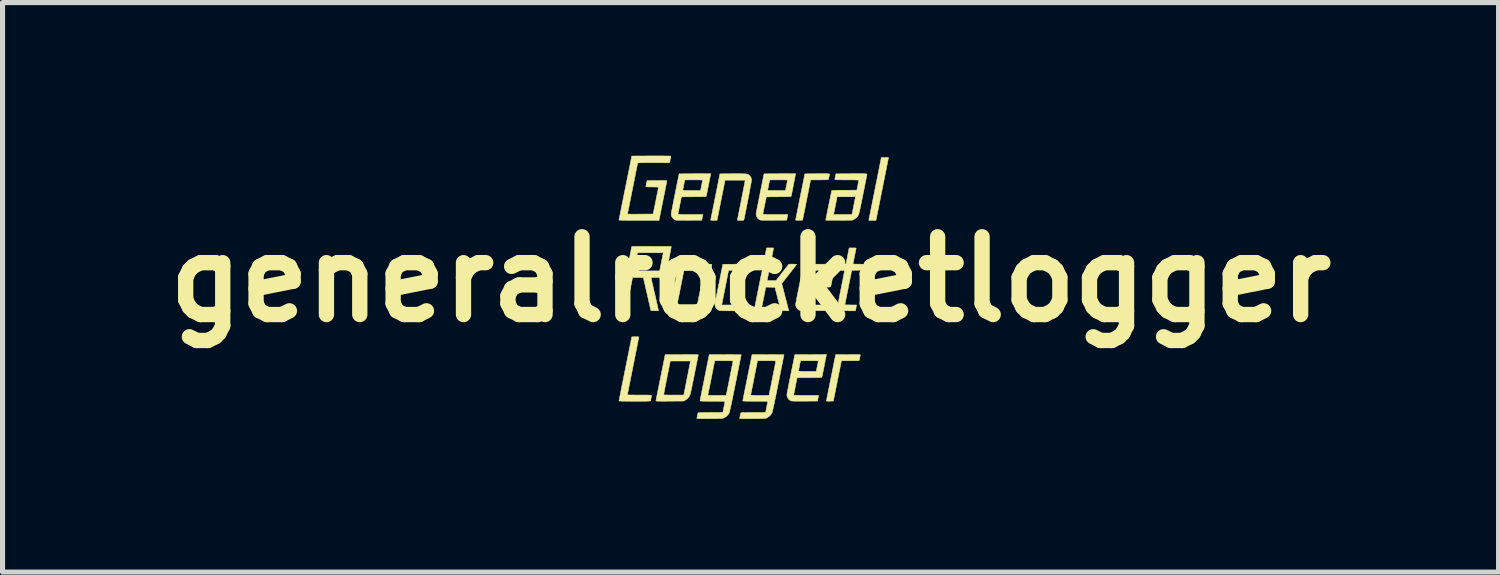
<source format=kicad_pcb>
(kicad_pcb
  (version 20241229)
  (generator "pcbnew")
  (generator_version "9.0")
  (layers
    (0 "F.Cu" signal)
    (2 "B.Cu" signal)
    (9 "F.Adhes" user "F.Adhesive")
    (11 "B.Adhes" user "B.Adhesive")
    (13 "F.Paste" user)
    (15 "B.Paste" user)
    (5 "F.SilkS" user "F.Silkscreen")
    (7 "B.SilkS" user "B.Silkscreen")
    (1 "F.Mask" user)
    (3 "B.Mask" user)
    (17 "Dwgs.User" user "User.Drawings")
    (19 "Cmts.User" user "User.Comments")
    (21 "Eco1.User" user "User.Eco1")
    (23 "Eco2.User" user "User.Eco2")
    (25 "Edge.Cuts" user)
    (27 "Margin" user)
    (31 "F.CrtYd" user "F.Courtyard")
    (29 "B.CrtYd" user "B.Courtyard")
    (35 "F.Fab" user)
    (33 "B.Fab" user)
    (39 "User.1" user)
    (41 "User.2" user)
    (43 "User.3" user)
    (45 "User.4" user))
  (footprint "generalrocketlogger"
    (layer "F.Cu")
    (at 11.655 2.423)
    (property "Reference" "generalrocketlogger" (at 0 0 0) (layer "F.SilkS") (effects (font (size 1.524 1.524) (thickness 0.3))))
    (attr through_hole)
    (fp_poly (pts (xy 2.703 -2.388) (xy 2.587 -1.805) (xy 2.57 -1.72) (xy 2.553 -1.638) (xy 2.538 -1.56) (xy 2.523 -1.487) (xy 2.51 -1.42) (xy 2.498 -1.359) (xy 2.487 -1.306) (xy 2.478 -1.262) (xy 2.471 -1.227) (xy 2.466 -1.203) (xy 2.464 -1.19) (xy 2.463 -1.189) (xy 2.457 -1.156) (xy 2.316 -1.156) (xy 2.32 -1.173) (xy 2.321 -1.182) (xy 2.325 -1.202) (xy 2.331 -1.233) (xy 2.34 -1.274) (xy 2.349 -1.323) (xy 2.361 -1.381) (xy 2.374 -1.446) (xy 2.388 -1.517) (xy 2.403 -1.593) (xy 2.42 -1.674) (xy 2.436 -1.758) (xy 2.443 -1.789) (xy 2.562 -2.388) (xy 2.633 -2.388) (xy 2.703 -2.388)) (stroke (width 0.01) (type solid)) (fill yes) (layer "F.SilkS"))
    (fp_poly (pts (xy 1.49 -2.069) (xy 1.513 -2.068) (xy 1.529 -2.068) (xy 1.539 -2.066) (xy 1.545 -2.064) (xy 1.547 -2.062) (xy 1.547 -2.059) (xy 1.547 -2.059) (xy 1.544 -2.047) (xy 1.54 -2.027) (xy 1.537 -2.01) (xy 1.532 -1.987) (xy 1.528 -1.969) (xy 1.526 -1.961) (xy 1.525 -1.957) (xy 1.52 -1.955) (xy 1.512 -1.953) (xy 1.499 -1.951) (xy 1.48 -1.95) (xy 1.452 -1.95) (xy 1.414 -1.95) (xy 1.366 -1.949) (xy 1.35 -1.949) (xy 1.177 -1.949) (xy 1.098 -1.554) (xy 1.019 -1.159) (xy 0.951 -1.157) (xy 0.919 -1.157) (xy 0.898 -1.157) (xy 0.887 -1.159) (xy 0.883 -1.163) (xy 0.883 -1.163) (xy 0.884 -1.171) (xy 0.888 -1.19) (xy 0.894 -1.219) (xy 0.901 -1.258) (xy 0.91 -1.305) (xy 0.921 -1.359) (xy 0.934 -1.42) (xy 0.947 -1.487) (xy 0.961 -1.558) (xy 0.973 -1.619) (xy 1.064 -2.067) (xy 1.307 -2.069) (xy 1.369 -2.069) (xy 1.419 -2.069) (xy 1.46 -2.069) (xy 1.49 -2.069)) (stroke (width 0.01) (type solid)) (fill yes) (layer "F.SilkS"))
    (fp_poly (pts (xy 2.094 1.474) (xy 2.117 1.475) (xy 2.132 1.476) (xy 2.143 1.477) (xy 2.148 1.479) (xy 2.15 1.481) (xy 2.15 1.484) (xy 2.15 1.484) (xy 2.147 1.496) (xy 2.143 1.516) (xy 2.14 1.534) (xy 2.136 1.556) (xy 2.132 1.574) (xy 2.13 1.583) (xy 2.128 1.586) (xy 2.124 1.589) (xy 2.116 1.591) (xy 2.103 1.592) (xy 2.083 1.593) (xy 2.055 1.593) (xy 2.018 1.594) (xy 1.97 1.594) (xy 1.953 1.594) (xy 1.78 1.594) (xy 1.701 1.989) (xy 1.622 2.384) (xy 1.554 2.386) (xy 1.522 2.387) (xy 1.502 2.386) (xy 1.49 2.384) (xy 1.486 2.381) (xy 1.486 2.38) (xy 1.487 2.372) (xy 1.491 2.354) (xy 1.497 2.324) (xy 1.504 2.286) (xy 1.514 2.238) (xy 1.525 2.184) (xy 1.537 2.123) (xy 1.55 2.056) (xy 1.564 1.986) (xy 1.577 1.924) (xy 1.667 1.476) (xy 1.91 1.475) (xy 1.972 1.474) (xy 2.023 1.474) (xy 2.063 1.474) (xy 2.094 1.474)) (stroke (width 0.01) (type solid)) (fill yes) (layer "F.SilkS"))
    (fp_poly (pts (xy 0.068 -0.272) (xy 0.064 -0.249) (xy 0.059 -0.222) (xy 0.057 -0.211) (xy 0.05 -0.178) (xy -0.43 -0.178) (xy -0.495 0.148) (xy -0.507 0.211) (xy -0.519 0.27) (xy -0.53 0.325) (xy -0.54 0.374) (xy -0.548 0.415) (xy -0.555 0.449) (xy -0.56 0.473) (xy -0.563 0.486) (xy -0.563 0.487) (xy -0.567 0.502) (xy -0.087 0.502) (xy -0.091 0.527) (xy -0.095 0.55) (xy -0.1 0.576) (xy -0.102 0.584) (xy -0.109 0.616) (xy -0.355 0.616) (xy -0.417 0.616) (xy -0.469 0.616) (xy -0.51 0.615) (xy -0.543 0.615) (xy -0.568 0.614) (xy -0.587 0.613) (xy -0.601 0.611) (xy -0.612 0.609) (xy -0.62 0.606) (xy -0.626 0.604) (xy -0.657 0.583) (xy -0.68 0.554) (xy -0.695 0.519) (xy -0.698 0.489) (xy -0.697 0.48) (xy -0.693 0.46) (xy -0.688 0.429) (xy -0.68 0.39) (xy -0.671 0.342) (xy -0.66 0.288) (xy -0.648 0.228) (xy -0.635 0.163) (xy -0.622 0.095) (xy -0.62 0.089) (xy -0.543 -0.295) (xy -0.236 -0.297) (xy 0.072 -0.299) (xy 0.068 -0.272)) (stroke (width 0.01) (type solid)) (fill yes) (layer "F.SilkS"))
    (fp_poly (pts (xy -0.21 -2.069) (xy -0.158 -2.068) (xy -0.118 -2.067) (xy -0.091 -2.065) (xy -0.076 -2.063) (xy -0.039 -2.049) (xy -0.011 -2.025) (xy 0.009 -1.993) (xy 0.019 -1.957) (xy 0.019 -1.945) (xy 0.018 -1.935) (xy 0.014 -1.914) (xy 0.009 -1.883) (xy 0.002 -1.844) (xy -0.007 -1.798) (xy -0.016 -1.746) (xy -0.027 -1.689) (xy -0.038 -1.63) (xy -0.05 -1.569) (xy -0.062 -1.507) (xy -0.074 -1.447) (xy -0.085 -1.388) (xy -0.096 -1.334) (xy -0.106 -1.284) (xy -0.115 -1.241) (xy -0.122 -1.206) (xy -0.128 -1.179) (xy -0.13 -1.17) (xy -0.132 -1.163) (xy -0.137 -1.159) (xy -0.147 -1.157) (xy -0.163 -1.156) (xy -0.19 -1.156) (xy -0.197 -1.156) (xy -0.226 -1.156) (xy -0.244 -1.156) (xy -0.254 -1.158) (xy -0.258 -1.162) (xy -0.258 -1.167) (xy -0.257 -1.17) (xy -0.255 -1.179) (xy -0.251 -1.199) (xy -0.245 -1.229) (xy -0.237 -1.268) (xy -0.228 -1.315) (xy -0.217 -1.37) (xy -0.205 -1.429) (xy -0.192 -1.494) (xy -0.179 -1.562) (xy -0.179 -1.564) (xy -0.104 -1.943) (xy -0.5 -1.943) (xy -0.657 -1.156) (xy -0.719 -1.156) (xy -0.75 -1.156) (xy -0.769 -1.158) (xy -0.779 -1.161) (xy -0.781 -1.164) (xy -0.779 -1.171) (xy -0.776 -1.19) (xy -0.77 -1.219) (xy -0.763 -1.258) (xy -0.753 -1.305) (xy -0.742 -1.359) (xy -0.73 -1.42) (xy -0.717 -1.487) (xy -0.703 -1.558) (xy -0.69 -1.619) (xy -0.6 -2.067) (xy -0.352 -2.069) (xy -0.275 -2.069) (xy -0.21 -2.069)) (stroke (width 0.01) (type solid)) (fill yes) (layer "F.SilkS"))
    (fp_poly (pts (xy -2.209 1.125) (xy -2.198 1.126) (xy -2.192 1.129) (xy -2.191 1.134) (xy -2.191 1.135) (xy -2.192 1.143) (xy -2.196 1.162) (xy -2.201 1.192) (xy -2.209 1.232) (xy -2.218 1.28) (xy -2.229 1.337) (xy -2.242 1.4) (xy -2.256 1.47) (xy -2.271 1.545) (xy -2.286 1.624) (xy -2.302 1.702) (xy -2.318 1.784) (xy -2.334 1.862) (xy -2.349 1.937) (xy -2.362 2.005) (xy -2.375 2.068) (xy -2.386 2.123) (xy -2.395 2.171) (xy -2.403 2.209) (xy -2.408 2.238) (xy -2.412 2.256) (xy -2.413 2.262) (xy -2.407 2.263) (xy -2.389 2.264) (xy -2.362 2.265) (xy -2.326 2.266) (xy -2.283 2.266) (xy -2.234 2.267) (xy -2.181 2.267) (xy -2.174 2.267) (xy -2.113 2.267) (xy -2.063 2.267) (xy -2.024 2.267) (xy -1.993 2.268) (xy -1.971 2.269) (xy -1.956 2.27) (xy -1.946 2.271) (xy -1.941 2.273) (xy -1.939 2.275) (xy -1.939 2.278) (xy -1.942 2.29) (xy -1.946 2.31) (xy -1.949 2.327) (xy -1.954 2.35) (xy -1.958 2.368) (xy -1.96 2.376) (xy -1.961 2.379) (xy -1.964 2.381) (xy -1.971 2.383) (xy -1.981 2.384) (xy -1.996 2.385) (xy -2.017 2.386) (xy -2.046 2.387) (xy -2.083 2.387) (xy -2.129 2.387) (xy -2.185 2.388) (xy -2.253 2.388) (xy -2.271 2.388) (xy -2.344 2.388) (xy -2.405 2.387) (xy -2.456 2.387) (xy -2.496 2.386) (xy -2.528 2.386) (xy -2.55 2.385) (xy -2.566 2.383) (xy -2.575 2.382) (xy -2.578 2.38) (xy -2.578 2.38) (xy -2.577 2.372) (xy -2.573 2.354) (xy -2.567 2.324) (xy -2.559 2.285) (xy -2.55 2.236) (xy -2.538 2.179) (xy -2.526 2.115) (xy -2.512 2.045) (xy -2.496 1.968) (xy -2.48 1.887) (xy -2.463 1.802) (xy -2.452 1.749) (xy -2.327 1.127) (xy -2.259 1.125) (xy -2.229 1.125) (xy -2.209 1.125)) (stroke (width 0.01) (type solid)) (fill yes) (layer "F.SilkS"))
    (fp_poly (pts (xy 0.41 -0.616) (xy 0.433 -0.615) (xy 0.447 -0.615) (xy 0.451 -0.614) (xy 0.45 -0.608) (xy 0.446 -0.59) (xy 0.441 -0.562) (xy 0.433 -0.526) (xy 0.425 -0.481) (xy 0.414 -0.43) (xy 0.403 -0.374) (xy 0.391 -0.313) (xy 0.387 -0.295) (xy 0.375 -0.234) (xy 0.363 -0.176) (xy 0.353 -0.123) (xy 0.344 -0.077) (xy 0.336 -0.038) (xy 0.33 -0.007) (xy 0.326 0.013) (xy 0.324 0.023) (xy 0.324 0.024) (xy 0.33 0.024) (xy 0.346 0.025) (xy 0.371 0.025) (xy 0.401 0.025) (xy 0.411 0.025) (xy 0.499 0.025) (xy 0.624 -0.137) (xy 0.75 -0.298) (xy 0.826 -0.298) (xy 0.855 -0.298) (xy 0.879 -0.297) (xy 0.896 -0.296) (xy 0.902 -0.294) (xy 0.902 -0.294) (xy 0.898 -0.288) (xy 0.887 -0.273) (xy 0.87 -0.251) (xy 0.848 -0.221) (xy 0.821 -0.187) (xy 0.791 -0.148) (xy 0.758 -0.106) (xy 0.756 -0.103) (xy 0.611 0.082) (xy 0.626 0.141) (xy 0.631 0.162) (xy 0.639 0.193) (xy 0.649 0.232) (xy 0.661 0.278) (xy 0.674 0.327) (xy 0.687 0.38) (xy 0.695 0.408) (xy 0.748 0.616) (xy 0.595 0.613) (xy 0.536 0.384) (xy 0.478 0.156) (xy 0.388 0.154) (xy 0.356 0.153) (xy 0.329 0.153) (xy 0.309 0.153) (xy 0.299 0.154) (xy 0.298 0.154) (xy 0.297 0.16) (xy 0.293 0.178) (xy 0.288 0.205) (xy 0.281 0.24) (xy 0.272 0.283) (xy 0.263 0.33) (xy 0.252 0.382) (xy 0.252 0.384) (xy 0.206 0.613) (xy 0.137 0.615) (xy 0.068 0.616) (xy 0.072 0.599) (xy 0.073 0.59) (xy 0.077 0.57) (xy 0.084 0.539) (xy 0.092 0.498) (xy 0.102 0.449) (xy 0.113 0.391) (xy 0.126 0.326) (xy 0.14 0.255) (xy 0.155 0.179) (xy 0.172 0.098) (xy 0.189 0.013) (xy 0.195 -0.017) (xy 0.314 -0.616) (xy 0.383 -0.616) (xy 0.41 -0.616)) (stroke (width 0.01) (type solid)) (fill yes) (layer "F.SilkS"))
    (fp_poly (pts (xy -1.123 1.474) (xy -1.091 1.474) (xy -1.066 1.475) (xy -1.049 1.476) (xy -1.037 1.477) (xy -1.029 1.478) (xy -1.026 1.48) (xy -1.024 1.482) (xy -1.025 1.484) (xy -1.026 1.492) (xy -1.031 1.512) (xy -1.037 1.541) (xy -1.044 1.58) (xy -1.054 1.627) (xy -1.064 1.68) (xy -1.076 1.74) (xy -1.089 1.804) (xy -1.101 1.867) (xy -1.119 1.956) (xy -1.135 2.033) (xy -1.148 2.099) (xy -1.16 2.153) (xy -1.17 2.197) (xy -1.178 2.23) (xy -1.184 2.254) (xy -1.189 2.269) (xy -1.19 2.271) (xy -1.215 2.313) (xy -1.246 2.345) (xy -1.278 2.366) (xy -1.311 2.384) (xy -1.583 2.386) (xy -1.651 2.387) (xy -1.707 2.387) (xy -1.752 2.387) (xy -1.788 2.386) (xy -1.815 2.386) (xy -1.834 2.385) (xy -1.846 2.383) (xy -1.852 2.382) (xy -1.854 2.38) (xy -1.853 2.372) (xy -1.849 2.354) (xy -1.843 2.324) (xy -1.836 2.286) (xy -1.83 2.256) (xy -1.702 2.256) (xy -1.701 2.259) (xy -1.698 2.261) (xy -1.691 2.263) (xy -1.68 2.265) (xy -1.662 2.266) (xy -1.636 2.266) (xy -1.602 2.267) (xy -1.558 2.267) (xy -1.505 2.267) (xy -1.309 2.267) (xy -1.302 2.234) (xy -1.299 2.221) (xy -1.295 2.197) (xy -1.288 2.163) (xy -1.28 2.121) (xy -1.27 2.072) (xy -1.259 2.018) (xy -1.248 1.959) (xy -1.236 1.9) (xy -1.177 1.6) (xy -1.573 1.6) (xy -1.637 1.922) (xy -1.65 1.985) (xy -1.661 2.044) (xy -1.672 2.098) (xy -1.681 2.146) (xy -1.689 2.187) (xy -1.695 2.22) (xy -1.7 2.242) (xy -1.702 2.254) (xy -1.702 2.256) (xy -1.83 2.256) (xy -1.826 2.238) (xy -1.816 2.184) (xy -1.803 2.123) (xy -1.79 2.056) (xy -1.776 1.986) (xy -1.763 1.924) (xy -1.673 1.476) (xy -1.347 1.475) (xy -1.275 1.474) (xy -1.214 1.474) (xy -1.163 1.474) (xy -1.123 1.474)) (stroke (width 0.01) (type solid)) (fill yes) (layer "F.SilkS"))
    (fp_poly (pts (xy -0.856 -0.297) (xy -0.824 -0.297) (xy -0.8 -0.297) (xy -0.782 -0.296) (xy -0.77 -0.295) (xy -0.763 -0.293) (xy -0.759 -0.291) (xy -0.758 -0.289) (xy -0.758 -0.287) (xy -0.76 -0.279) (xy -0.764 -0.26) (xy -0.77 -0.23) (xy -0.778 -0.191) (xy -0.787 -0.145) (xy -0.798 -0.091) (xy -0.81 -0.032) (xy -0.822 0.032) (xy -0.835 0.095) (xy -0.853 0.184) (xy -0.868 0.261) (xy -0.882 0.327) (xy -0.893 0.381) (xy -0.903 0.425) (xy -0.911 0.459) (xy -0.918 0.483) (xy -0.923 0.497) (xy -0.924 0.499) (xy -0.948 0.541) (xy -0.979 0.573) (xy -1.011 0.594) (xy -1.045 0.613) (xy -1.316 0.615) (xy -1.384 0.615) (xy -1.44 0.615) (xy -1.486 0.615) (xy -1.521 0.615) (xy -1.548 0.614) (xy -1.567 0.613) (xy -1.579 0.612) (xy -1.586 0.61) (xy -1.587 0.608) (xy -1.586 0.601) (xy -1.582 0.582) (xy -1.577 0.553) (xy -1.569 0.514) (xy -1.563 0.484) (xy -1.435 0.484) (xy -1.434 0.487) (xy -1.431 0.49) (xy -1.425 0.492) (xy -1.413 0.493) (xy -1.395 0.494) (xy -1.37 0.495) (xy -1.335 0.495) (xy -1.291 0.495) (xy -1.239 0.495) (xy -1.042 0.495) (xy -1.035 0.462) (xy -1.033 0.449) (xy -1.028 0.425) (xy -1.021 0.391) (xy -1.013 0.349) (xy -1.003 0.301) (xy -0.993 0.246) (xy -0.981 0.188) (xy -0.969 0.129) (xy -0.91 -0.171) (xy -1.306 -0.171) (xy -1.371 0.151) (xy -1.383 0.213) (xy -1.395 0.272) (xy -1.405 0.326) (xy -1.415 0.374) (xy -1.423 0.415) (xy -1.429 0.448) (xy -1.433 0.471) (xy -1.435 0.483) (xy -1.435 0.484) (xy -1.563 0.484) (xy -1.56 0.467) (xy -1.549 0.412) (xy -1.537 0.351) (xy -1.523 0.285) (xy -1.509 0.214) (xy -1.497 0.152) (xy -1.407 -0.295) (xy -1.081 -0.297) (xy -1.008 -0.297) (xy -0.947 -0.297) (xy -0.897 -0.298) (xy -0.856 -0.297)) (stroke (width 0.01) (type solid)) (fill yes) (layer "F.SilkS"))
    (fp_poly (pts (xy 2.032 -0.616) (xy 2.051 -0.615) (xy 2.062 -0.614) (xy 2.067 -0.611) (xy 2.068 -0.606) (xy 2.067 -0.602) (xy 2.065 -0.592) (xy 2.061 -0.572) (xy 2.055 -0.545) (xy 2.049 -0.512) (xy 2.041 -0.476) (xy 2.034 -0.438) (xy 2.026 -0.402) (xy 2.02 -0.367) (xy 2.014 -0.338) (xy 2.01 -0.316) (xy 2.007 -0.303) (xy 2.007 -0.3) (xy 2.013 -0.3) (xy 2.029 -0.299) (xy 2.054 -0.299) (xy 2.086 -0.299) (xy 2.108 -0.298) (xy 2.142 -0.298) (xy 2.172 -0.297) (xy 2.194 -0.296) (xy 2.207 -0.295) (xy 2.21 -0.294) (xy 2.208 -0.286) (xy 2.205 -0.268) (xy 2.2 -0.245) (xy 2.198 -0.235) (xy 2.187 -0.181) (xy 2.084 -0.179) (xy 2.05 -0.179) (xy 2.02 -0.178) (xy 1.997 -0.177) (xy 1.984 -0.176) (xy 1.981 -0.176) (xy 1.98 -0.17) (xy 1.977 -0.152) (xy 1.971 -0.124) (xy 1.964 -0.087) (xy 1.955 -0.043) (xy 1.945 0.009) (xy 1.933 0.066) (xy 1.921 0.127) (xy 1.915 0.159) (xy 1.902 0.222) (xy 1.89 0.282) (xy 1.879 0.336) (xy 1.87 0.385) (xy 1.861 0.426) (xy 1.855 0.459) (xy 1.85 0.482) (xy 1.848 0.495) (xy 1.848 0.497) (xy 1.854 0.498) (xy 1.871 0.5) (xy 1.896 0.501) (xy 1.928 0.501) (xy 1.963 0.502) (xy 2.078 0.502) (xy 2.074 0.516) (xy 2.071 0.529) (xy 2.067 0.551) (xy 2.063 0.573) (xy 2.055 0.616) (xy 1.931 0.616) (xy 1.886 0.615) (xy 1.851 0.615) (xy 1.826 0.613) (xy 1.808 0.611) (xy 1.796 0.609) (xy 1.788 0.605) (xy 1.755 0.582) (xy 1.731 0.553) (xy 1.718 0.519) (xy 1.715 0.495) (xy 1.716 0.485) (xy 1.719 0.463) (xy 1.725 0.431) (xy 1.732 0.391) (xy 1.741 0.344) (xy 1.751 0.29) (xy 1.763 0.232) (xy 1.775 0.17) (xy 1.778 0.156) (xy 1.79 0.094) (xy 1.802 0.036) (xy 1.812 -0.018) (xy 1.822 -0.065) (xy 1.829 -0.105) (xy 1.836 -0.136) (xy 1.84 -0.158) (xy 1.841 -0.169) (xy 1.841 -0.17) (xy 1.837 -0.174) (xy 1.824 -0.177) (xy 1.799 -0.178) (xy 1.794 -0.178) (xy 1.767 -0.179) (xy 1.752 -0.181) (xy 1.746 -0.185) (xy 1.746 -0.186) (xy 1.747 -0.195) (xy 1.751 -0.214) (xy 1.755 -0.238) (xy 1.757 -0.246) (xy 1.767 -0.298) (xy 1.818 -0.3) (xy 1.87 -0.302) (xy 1.901 -0.459) (xy 1.932 -0.616) (xy 2.001 -0.616) (xy 2.032 -0.616)) (stroke (width 0.01) (type solid)) (fill yes) (layer "F.SilkS"))
    (fp_poly (pts (xy -0.783 -2.056) (xy -0.785 -2.046) (xy -0.789 -2.026) (xy -0.795 -1.996) (xy -0.802 -1.959) (xy -0.811 -1.916) (xy -0.82 -1.868) (xy -0.825 -1.841) (xy -0.835 -1.792) (xy -0.844 -1.747) (xy -0.852 -1.707) (xy -0.858 -1.673) (xy -0.864 -1.649) (xy -0.867 -1.634) (xy -0.867 -1.63) (xy -0.869 -1.628) (xy -0.873 -1.625) (xy -0.88 -1.623) (xy -0.892 -1.622) (xy -0.909 -1.621) (xy -0.933 -1.62) (xy -0.966 -1.619) (xy -1.008 -1.619) (xy -1.06 -1.618) (xy -1.113 -1.618) (xy -1.355 -1.616) (xy -1.388 -1.451) (xy -1.397 -1.407) (xy -1.405 -1.366) (xy -1.412 -1.331) (xy -1.418 -1.304) (xy -1.421 -1.285) (xy -1.422 -1.278) (xy -1.42 -1.276) (xy -1.411 -1.274) (xy -1.396 -1.273) (xy -1.373 -1.272) (xy -1.342 -1.271) (xy -1.3 -1.27) (xy -1.248 -1.27) (xy -1.184 -1.27) (xy -1.178 -1.27) (xy -0.933 -1.27) (xy -0.937 -1.256) (xy -0.94 -1.242) (xy -0.944 -1.221) (xy -0.948 -1.2) (xy -0.956 -1.159) (xy -1.21 -1.158) (xy -1.274 -1.157) (xy -1.326 -1.157) (xy -1.368 -1.157) (xy -1.401 -1.157) (xy -1.427 -1.158) (xy -1.446 -1.159) (xy -1.46 -1.16) (xy -1.471 -1.162) (xy -1.478 -1.165) (xy -1.485 -1.167) (xy -1.487 -1.168) (xy -1.517 -1.191) (xy -1.54 -1.222) (xy -1.553 -1.258) (xy -1.555 -1.283) (xy -1.554 -1.292) (xy -1.551 -1.312) (xy -1.545 -1.342) (xy -1.537 -1.382) (xy -1.528 -1.429) (xy -1.517 -1.484) (xy -1.506 -1.544) (xy -1.493 -1.608) (xy -1.479 -1.677) (xy -1.478 -1.683) (xy -1.464 -1.748) (xy -1.327 -1.748) (xy -1.325 -1.746) (xy -1.318 -1.744) (xy -1.304 -1.742) (xy -1.284 -1.741) (xy -1.254 -1.74) (xy -1.214 -1.74) (xy -1.163 -1.74) (xy -1.153 -1.74) (xy -0.98 -1.74) (xy -0.96 -1.84) (xy -0.953 -1.874) (xy -0.947 -1.904) (xy -0.943 -1.927) (xy -0.94 -1.941) (xy -0.94 -1.945) (xy -0.946 -1.946) (xy -0.963 -1.947) (xy -0.99 -1.948) (xy -1.024 -1.949) (xy -1.065 -1.949) (xy -1.11 -1.949) (xy -1.114 -1.949) (xy -1.16 -1.949) (xy -1.201 -1.949) (xy -1.236 -1.949) (xy -1.264 -1.948) (xy -1.282 -1.948) (xy -1.289 -1.947) (xy -1.289 -1.947) (xy -1.29 -1.941) (xy -1.294 -1.924) (xy -1.298 -1.899) (xy -1.305 -1.868) (xy -1.308 -1.851) (xy -1.315 -1.818) (xy -1.32 -1.788) (xy -1.325 -1.765) (xy -1.327 -1.751) (xy -1.327 -1.748) (xy -1.464 -1.748) (xy -1.4 -2.067) (xy -1.09 -2.069) (xy -0.78 -2.07) (xy -0.783 -2.056)) (stroke (width 0.01) (type solid)) (fill yes) (layer "F.SilkS"))
    (fp_poly (pts (xy 0.881 -2.056) (xy 0.879 -2.046) (xy 0.874 -2.026) (xy 0.869 -1.996) (xy 0.861 -1.959) (xy 0.853 -1.916) (xy 0.843 -1.868) (xy 0.838 -1.841) (xy 0.829 -1.792) (xy 0.82 -1.747) (xy 0.812 -1.707) (xy 0.805 -1.673) (xy 0.8 -1.649) (xy 0.797 -1.634) (xy 0.796 -1.63) (xy 0.795 -1.628) (xy 0.791 -1.625) (xy 0.784 -1.623) (xy 0.772 -1.622) (xy 0.755 -1.621) (xy 0.73 -1.62) (xy 0.698 -1.619) (xy 0.656 -1.619) (xy 0.604 -1.618) (xy 0.551 -1.618) (xy 0.309 -1.616) (xy 0.275 -1.451) (xy 0.266 -1.407) (xy 0.258 -1.366) (xy 0.251 -1.331) (xy 0.246 -1.304) (xy 0.243 -1.285) (xy 0.242 -1.278) (xy 0.244 -1.276) (xy 0.252 -1.274) (xy 0.268 -1.273) (xy 0.291 -1.272) (xy 0.322 -1.271) (xy 0.364 -1.27) (xy 0.416 -1.27) (xy 0.479 -1.27) (xy 0.486 -1.27) (xy 0.73 -1.27) (xy 0.727 -1.256) (xy 0.724 -1.242) (xy 0.72 -1.221) (xy 0.716 -1.2) (xy 0.707 -1.159) (xy 0.454 -1.158) (xy 0.39 -1.157) (xy 0.338 -1.157) (xy 0.296 -1.157) (xy 0.262 -1.157) (xy 0.237 -1.158) (xy 0.218 -1.159) (xy 0.203 -1.16) (xy 0.193 -1.162) (xy 0.185 -1.165) (xy 0.179 -1.167) (xy 0.177 -1.168) (xy 0.146 -1.191) (xy 0.124 -1.222) (xy 0.111 -1.258) (xy 0.108 -1.283) (xy 0.11 -1.292) (xy 0.113 -1.312) (xy 0.119 -1.342) (xy 0.126 -1.382) (xy 0.136 -1.429) (xy 0.146 -1.484) (xy 0.158 -1.544) (xy 0.171 -1.608) (xy 0.185 -1.677) (xy 0.186 -1.683) (xy 0.199 -1.748) (xy 0.337 -1.748) (xy 0.339 -1.746) (xy 0.346 -1.744) (xy 0.359 -1.742) (xy 0.38 -1.741) (xy 0.41 -1.74) (xy 0.45 -1.74) (xy 0.501 -1.74) (xy 0.51 -1.74) (xy 0.684 -1.74) (xy 0.704 -1.84) (xy 0.711 -1.874) (xy 0.716 -1.904) (xy 0.721 -1.927) (xy 0.723 -1.941) (xy 0.724 -1.945) (xy 0.718 -1.946) (xy 0.701 -1.947) (xy 0.674 -1.948) (xy 0.64 -1.949) (xy 0.599 -1.949) (xy 0.554 -1.949) (xy 0.549 -1.949) (xy 0.504 -1.949) (xy 0.463 -1.949) (xy 0.427 -1.949) (xy 0.4 -1.948) (xy 0.382 -1.948) (xy 0.375 -1.947) (xy 0.375 -1.947) (xy 0.373 -1.941) (xy 0.37 -1.924) (xy 0.365 -1.899) (xy 0.359 -1.868) (xy 0.356 -1.851) (xy 0.349 -1.818) (xy 0.343 -1.788) (xy 0.339 -1.765) (xy 0.337 -1.751) (xy 0.337 -1.748) (xy 0.199 -1.748) (xy 0.264 -2.067) (xy 0.574 -2.069) (xy 0.884 -2.07) (xy 0.881 -2.056)) (stroke (width 0.01) (type solid)) (fill yes) (layer "F.SilkS"))
    (fp_poly (pts (xy 1.484 1.487) (xy 1.482 1.497) (xy 1.478 1.517) (xy 1.472 1.547) (xy 1.464 1.584) (xy 1.456 1.628) (xy 1.447 1.675) (xy 1.442 1.702) (xy 1.432 1.751) (xy 1.423 1.796) (xy 1.415 1.837) (xy 1.409 1.87) (xy 1.403 1.895) (xy 1.4 1.91) (xy 1.399 1.913) (xy 1.398 1.916) (xy 1.394 1.918) (xy 1.387 1.92) (xy 1.375 1.921) (xy 1.358 1.923) (xy 1.333 1.923) (xy 1.301 1.924) (xy 1.259 1.925) (xy 1.207 1.925) (xy 1.154 1.926) (xy 0.912 1.927) (xy 0.878 2.092) (xy 0.87 2.137) (xy 0.862 2.177) (xy 0.855 2.212) (xy 0.849 2.239) (xy 0.846 2.258) (xy 0.845 2.265) (xy 0.847 2.267) (xy 0.856 2.269) (xy 0.871 2.271) (xy 0.894 2.272) (xy 0.925 2.272) (xy 0.967 2.273) (xy 1.019 2.273) (xy 1.082 2.273) (xy 1.089 2.273) (xy 1.334 2.273) (xy 1.33 2.288) (xy 1.327 2.301) (xy 1.323 2.322) (xy 1.319 2.343) (xy 1.311 2.384) (xy 1.057 2.386) (xy 0.993 2.386) (xy 0.941 2.386) (xy 0.899 2.386) (xy 0.866 2.386) (xy 0.84 2.385) (xy 0.821 2.384) (xy 0.807 2.383) (xy 0.796 2.381) (xy 0.789 2.379) (xy 0.782 2.376) (xy 0.78 2.375) (xy 0.75 2.352) (xy 0.727 2.321) (xy 0.714 2.286) (xy 0.712 2.261) (xy 0.713 2.252) (xy 0.716 2.231) (xy 0.722 2.201) (xy 0.73 2.161) (xy 0.739 2.114) (xy 0.75 2.06) (xy 0.761 2) (xy 0.774 1.935) (xy 0.788 1.867) (xy 0.789 1.861) (xy 0.803 1.795) (xy 0.94 1.795) (xy 0.942 1.797) (xy 0.949 1.8) (xy 0.962 1.801) (xy 0.983 1.802) (xy 1.013 1.803) (xy 1.053 1.803) (xy 1.104 1.803) (xy 1.114 1.803) (xy 1.287 1.803) (xy 1.307 1.703) (xy 1.314 1.669) (xy 1.32 1.639) (xy 1.324 1.616) (xy 1.327 1.602) (xy 1.327 1.599) (xy 1.321 1.597) (xy 1.304 1.596) (xy 1.277 1.595) (xy 1.243 1.595) (xy 1.202 1.594) (xy 1.157 1.594) (xy 1.153 1.594) (xy 1.107 1.594) (xy 1.066 1.594) (xy 1.031 1.594) (xy 1.003 1.595) (xy 0.985 1.595) (xy 0.978 1.596) (xy 0.978 1.596) (xy 0.977 1.603) (xy 0.973 1.62) (xy 0.968 1.644) (xy 0.962 1.675) (xy 0.959 1.692) (xy 0.952 1.726) (xy 0.947 1.755) (xy 0.942 1.778) (xy 0.94 1.792) (xy 0.94 1.795) (xy 0.803 1.795) (xy 0.867 1.476) (xy 1.177 1.475) (xy 1.487 1.473) (xy 1.484 1.487)) (stroke (width 0.01) (type solid)) (fill yes) (layer "F.SilkS"))
    (fp_poly (pts (xy 1.655 -0.284) (xy 1.653 -0.275) (xy 1.649 -0.254) (xy 1.643 -0.225) (xy 1.636 -0.187) (xy 1.627 -0.144) (xy 1.618 -0.096) (xy 1.613 -0.07) (xy 1.603 -0.021) (xy 1.595 0.025) (xy 1.587 0.065) (xy 1.58 0.098) (xy 1.575 0.123) (xy 1.572 0.138) (xy 1.571 0.141) (xy 1.569 0.144) (xy 1.566 0.146) (xy 1.558 0.148) (xy 1.547 0.15) (xy 1.529 0.151) (xy 1.505 0.152) (xy 1.472 0.152) (xy 1.431 0.153) (xy 1.378 0.154) (xy 1.325 0.154) (xy 1.083 0.156) (xy 1.05 0.321) (xy 1.041 0.365) (xy 1.033 0.406) (xy 1.026 0.44) (xy 1.021 0.468) (xy 1.017 0.486) (xy 1.016 0.494) (xy 1.019 0.496) (xy 1.027 0.498) (xy 1.042 0.499) (xy 1.065 0.5) (xy 1.097 0.501) (xy 1.138 0.501) (xy 1.19 0.502) (xy 1.254 0.502) (xy 1.261 0.502) (xy 1.505 0.502) (xy 1.502 0.516) (xy 1.499 0.53) (xy 1.494 0.551) (xy 1.49 0.572) (xy 1.482 0.613) (xy 1.228 0.614) (xy 1.165 0.614) (xy 1.112 0.615) (xy 1.07 0.615) (xy 1.037 0.614) (xy 1.012 0.614) (xy 0.992 0.613) (xy 0.978 0.611) (xy 0.968 0.609) (xy 0.96 0.607) (xy 0.954 0.604) (xy 0.952 0.603) (xy 0.921 0.58) (xy 0.898 0.55) (xy 0.885 0.514) (xy 0.883 0.489) (xy 0.884 0.48) (xy 0.888 0.46) (xy 0.894 0.429) (xy 0.901 0.39) (xy 0.91 0.342) (xy 0.921 0.288) (xy 0.933 0.228) (xy 0.946 0.163) (xy 0.96 0.095) (xy 0.961 0.089) (xy 0.974 0.023) (xy 1.111 0.023) (xy 1.113 0.026) (xy 1.12 0.028) (xy 1.134 0.029) (xy 1.155 0.03) (xy 1.185 0.031) (xy 1.224 0.032) (xy 1.275 0.032) (xy 1.285 0.032) (xy 1.459 0.032) (xy 1.479 -0.068) (xy 1.485 -0.102) (xy 1.491 -0.132) (xy 1.496 -0.155) (xy 1.498 -0.17) (xy 1.499 -0.173) (xy 1.493 -0.174) (xy 1.475 -0.175) (xy 1.449 -0.176) (xy 1.414 -0.177) (xy 1.374 -0.178) (xy 1.328 -0.178) (xy 1.324 -0.178) (xy 1.278 -0.178) (xy 1.237 -0.178) (xy 1.202 -0.177) (xy 1.175 -0.177) (xy 1.157 -0.176) (xy 1.149 -0.176) (xy 1.149 -0.176) (xy 1.148 -0.169) (xy 1.145 -0.152) (xy 1.14 -0.127) (xy 1.134 -0.096) (xy 1.13 -0.079) (xy 1.124 -0.046) (xy 1.118 -0.017) (xy 1.114 0.006) (xy 1.112 0.02) (xy 1.111 0.023) (xy 0.974 0.023) (xy 1.038 -0.295) (xy 1.348 -0.297) (xy 1.659 -0.299) (xy 1.655 -0.284)) (stroke (width 0.01) (type solid)) (fill yes) (layer "F.SilkS"))
    (fp_poly (pts (xy -1.75 -0.646) (xy -1.696 -0.646) (xy -1.649 -0.646) (xy -1.61 -0.645) (xy -1.581 -0.645) (xy -1.562 -0.644) (xy -1.555 -0.643) (xy -1.555 -0.643) (xy -1.555 -0.636) (xy -1.558 -0.617) (xy -1.563 -0.588) (xy -1.57 -0.549) (xy -1.579 -0.502) (xy -1.589 -0.447) (xy -1.601 -0.385) (xy -1.615 -0.317) (xy -1.629 -0.245) (xy -1.644 -0.168) (xy -1.661 -0.089) (xy -1.664 -0.071) (xy -1.671 -0.038) (xy -1.81 -0.038) (xy -1.851 -0.038) (xy -1.887 -0.037) (xy -1.916 -0.036) (xy -1.937 -0.035) (xy -1.948 -0.033) (xy -1.949 -0.033) (xy -1.948 -0.026) (xy -1.944 -0.007) (xy -1.938 0.021) (xy -1.93 0.058) (xy -1.919 0.103) (xy -1.908 0.154) (xy -1.895 0.211) (xy -1.881 0.271) (xy -1.876 0.292) (xy -1.862 0.353) (xy -1.849 0.411) (xy -1.837 0.464) (xy -1.826 0.511) (xy -1.818 0.55) (xy -1.811 0.581) (xy -1.806 0.602) (xy -1.804 0.613) (xy -1.803 0.614) (xy -1.809 0.615) (xy -1.825 0.615) (xy -1.849 0.615) (xy -1.878 0.615) (xy -1.952 0.613) (xy -2.1 -0.035) (xy -2.206 -0.037) (xy -2.241 -0.037) (xy -2.271 -0.037) (xy -2.294 -0.037) (xy -2.308 -0.037) (xy -2.312 -0.037) (xy -2.313 -0.03) (xy -2.317 -0.013) (xy -2.322 0.015) (xy -2.329 0.052) (xy -2.338 0.096) (xy -2.349 0.148) (xy -2.36 0.204) (xy -2.372 0.265) (xy -2.377 0.289) (xy -2.442 0.613) (xy -2.51 0.615) (xy -2.542 0.615) (xy -2.562 0.614) (xy -2.574 0.612) (xy -2.578 0.609) (xy -2.578 0.608) (xy -2.577 0.601) (xy -2.573 0.582) (xy -2.567 0.553) (xy -2.559 0.513) (xy -2.55 0.464) (xy -2.538 0.408) (xy -2.526 0.344) (xy -2.512 0.273) (xy -2.496 0.197) (xy -2.48 0.116) (xy -2.463 0.03) (xy -2.452 -0.022) (xy -2.423 -0.167) (xy -2.286 -0.167) (xy -2.28 -0.167) (xy -2.262 -0.166) (xy -2.235 -0.166) (xy -2.199 -0.166) (xy -2.155 -0.165) (xy -2.106 -0.165) (xy -2.052 -0.165) (xy -2.033 -0.165) (xy -1.781 -0.165) (xy -1.71 -0.521) (xy -1.963 -0.521) (xy -2.018 -0.521) (xy -2.07 -0.521) (xy -2.115 -0.52) (xy -2.154 -0.52) (xy -2.184 -0.52) (xy -2.205 -0.519) (xy -2.215 -0.519) (xy -2.216 -0.519) (xy -2.217 -0.512) (xy -2.221 -0.495) (xy -2.226 -0.468) (xy -2.233 -0.434) (xy -2.241 -0.394) (xy -2.25 -0.349) (xy -2.251 -0.343) (xy -2.26 -0.298) (xy -2.268 -0.257) (xy -2.275 -0.222) (xy -2.281 -0.194) (xy -2.284 -0.175) (xy -2.286 -0.167) (xy -2.286 -0.167) (xy -2.423 -0.167) (xy -2.327 -0.645) (xy -1.943 -0.646) (xy -1.875 -0.646) (xy -1.81 -0.646) (xy -1.75 -0.646)) (stroke (width 0.01) (type solid)) (fill yes) (layer "F.SilkS"))
    (fp_poly (pts (xy -1.727 -2.418) (xy -1.672 -2.417) (xy -1.628 -2.417) (xy -1.595 -2.416) (xy -1.573 -2.415) (xy -1.563 -2.414) (xy -1.562 -2.413) (xy -1.563 -2.405) (xy -1.566 -2.387) (xy -1.571 -2.365) (xy -1.576 -2.34) (xy -1.581 -2.316) (xy -1.584 -2.3) (xy -1.588 -2.286) (xy -1.898 -2.286) (xy -1.969 -2.286) (xy -2.029 -2.286) (xy -2.077 -2.286) (xy -2.117 -2.285) (xy -2.147 -2.285) (xy -2.17 -2.284) (xy -2.187 -2.283) (xy -2.199 -2.282) (xy -2.206 -2.28) (xy -2.21 -2.278) (xy -2.212 -2.276) (xy -2.212 -2.275) (xy -2.214 -2.267) (xy -2.218 -2.248) (xy -2.224 -2.218) (xy -2.232 -2.178) (xy -2.242 -2.131) (xy -2.253 -2.075) (xy -2.265 -2.013) (xy -2.279 -1.945) (xy -2.293 -1.873) (xy -2.308 -1.797) (xy -2.311 -1.781) (xy -2.327 -1.705) (xy -2.341 -1.631) (xy -2.355 -1.563) (xy -2.368 -1.499) (xy -2.379 -1.442) (xy -2.389 -1.393) (xy -2.397 -1.352) (xy -2.404 -1.32) (xy -2.408 -1.298) (xy -2.41 -1.288) (xy -2.411 -1.287) (xy -2.411 -1.285) (xy -2.409 -1.282) (xy -2.404 -1.281) (xy -2.394 -1.279) (xy -2.379 -1.278) (xy -2.358 -1.278) (xy -2.328 -1.277) (xy -2.29 -1.277) (xy -2.242 -1.277) (xy -2.182 -1.278) (xy -2.161 -1.278) (xy -1.909 -1.28) (xy -1.856 -1.54) (xy -1.845 -1.596) (xy -1.835 -1.648) (xy -1.825 -1.694) (xy -1.817 -1.735) (xy -1.811 -1.767) (xy -1.806 -1.79) (xy -1.804 -1.803) (xy -1.804 -1.805) (xy -1.81 -1.806) (xy -1.826 -1.808) (xy -1.852 -1.809) (xy -1.884 -1.809) (xy -1.922 -1.81) (xy -1.927 -1.81) (xy -1.972 -1.81) (xy -2.005 -1.811) (xy -2.029 -1.812) (xy -2.043 -1.813) (xy -2.05 -1.816) (xy -2.051 -1.818) (xy -2.049 -1.827) (xy -2.046 -1.846) (xy -2.041 -1.87) (xy -2.039 -1.88) (xy -2.028 -1.934) (xy -1.833 -1.935) (xy -1.778 -1.936) (xy -1.734 -1.936) (xy -1.7 -1.936) (xy -1.676 -1.935) (xy -1.659 -1.935) (xy -1.648 -1.933) (xy -1.642 -1.931) (xy -1.639 -1.929) (xy -1.64 -1.926) (xy -1.64 -1.926) (xy -1.641 -1.918) (xy -1.645 -1.898) (xy -1.651 -1.869) (xy -1.659 -1.83) (xy -1.669 -1.783) (xy -1.679 -1.729) (xy -1.691 -1.67) (xy -1.704 -1.606) (xy -1.718 -1.538) (xy -1.718 -1.535) (xy -1.794 -1.156) (xy -2.186 -1.156) (xy -2.269 -1.156) (xy -2.341 -1.156) (xy -2.401 -1.156) (xy -2.451 -1.157) (xy -2.492 -1.157) (xy -2.523 -1.158) (xy -2.547 -1.159) (xy -2.563 -1.16) (xy -2.573 -1.161) (xy -2.578 -1.163) (xy -2.578 -1.164) (xy -2.577 -1.171) (xy -2.573 -1.19) (xy -2.567 -1.219) (xy -2.559 -1.259) (xy -2.55 -1.307) (xy -2.538 -1.364) (xy -2.526 -1.428) (xy -2.512 -1.499) (xy -2.496 -1.575) (xy -2.48 -1.656) (xy -2.463 -1.741) (xy -2.452 -1.794) (xy -2.327 -2.416) (xy -1.945 -2.418) (xy -1.863 -2.418) (xy -1.79 -2.418) (xy -1.727 -2.418)) (stroke (width 0.01) (type solid)) (fill yes) (layer "F.SilkS"))
    (fp_poly (pts (xy 2.19 -2.069) (xy 2.22 -2.069) (xy 2.242 -2.068) (xy 2.258 -2.067) (xy 2.269 -2.066) (xy 2.275 -2.064) (xy 2.279 -2.062) (xy 2.28 -2.06) (xy 2.28 -2.059) (xy 2.278 -2.051) (xy 2.275 -2.031) (xy 2.269 -2.001) (xy 2.262 -1.962) (xy 2.253 -1.916) (xy 2.242 -1.862) (xy 2.23 -1.802) (xy 2.218 -1.738) (xy 2.204 -1.671) (xy 2.204 -1.668) (xy 2.186 -1.58) (xy 2.17 -1.501) (xy 2.155 -1.433) (xy 2.143 -1.376) (xy 2.133 -1.33) (xy 2.124 -1.296) (xy 2.118 -1.273) (xy 2.115 -1.264) (xy 2.091 -1.229) (xy 2.059 -1.198) (xy 2.022 -1.174) (xy 1.991 -1.159) (xy 1.732 -1.157) (xy 1.676 -1.157) (xy 1.624 -1.157) (xy 1.578 -1.157) (xy 1.538 -1.157) (xy 1.507 -1.158) (xy 1.485 -1.159) (xy 1.474 -1.16) (xy 1.473 -1.16) (xy 1.474 -1.168) (xy 1.478 -1.187) (xy 1.483 -1.215) (xy 1.49 -1.251) (xy 1.494 -1.27) (xy 1.625 -1.27) (xy 1.806 -1.27) (xy 1.853 -1.27) (xy 1.895 -1.27) (xy 1.931 -1.271) (xy 1.96 -1.271) (xy 1.979 -1.271) (xy 1.987 -1.272) (xy 1.988 -1.272) (xy 1.989 -1.279) (xy 1.992 -1.296) (xy 1.997 -1.321) (xy 2.003 -1.353) (xy 2.011 -1.39) (xy 2.019 -1.429) (xy 2.026 -1.468) (xy 2.034 -1.506) (xy 2.041 -1.541) (xy 2.047 -1.57) (xy 2.051 -1.592) (xy 2.054 -1.604) (xy 2.054 -1.605) (xy 2.058 -1.619) (xy 1.877 -1.619) (xy 1.83 -1.619) (xy 1.788 -1.619) (xy 1.752 -1.619) (xy 1.723 -1.618) (xy 1.704 -1.618) (xy 1.696 -1.617) (xy 1.695 -1.617) (xy 1.694 -1.611) (xy 1.691 -1.594) (xy 1.686 -1.568) (xy 1.68 -1.536) (xy 1.672 -1.499) (xy 1.664 -1.46) (xy 1.657 -1.421) (xy 1.649 -1.383) (xy 1.642 -1.348) (xy 1.636 -1.319) (xy 1.632 -1.298) (xy 1.629 -1.286) (xy 1.629 -1.284) (xy 1.625 -1.27) (xy 1.494 -1.27) (xy 1.499 -1.294) (xy 1.508 -1.341) (xy 1.518 -1.391) (xy 1.529 -1.443) (xy 1.539 -1.495) (xy 1.55 -1.546) (xy 1.56 -1.594) (xy 1.569 -1.637) (xy 1.577 -1.675) (xy 1.583 -1.706) (xy 1.588 -1.728) (xy 1.59 -1.739) (xy 1.591 -1.74) (xy 1.598 -1.742) (xy 1.617 -1.743) (xy 1.647 -1.744) (xy 1.688 -1.745) (xy 1.738 -1.746) (xy 1.797 -1.746) (xy 1.839 -1.746) (xy 1.893 -1.746) (xy 1.943 -1.746) (xy 1.988 -1.747) (xy 2.025 -1.747) (xy 2.054 -1.747) (xy 2.074 -1.748) (xy 2.083 -1.748) (xy 2.083 -1.748) (xy 2.084 -1.755) (xy 2.087 -1.772) (xy 2.092 -1.797) (xy 2.098 -1.828) (xy 2.102 -1.845) (xy 2.108 -1.878) (xy 2.114 -1.907) (xy 2.118 -1.929) (xy 2.121 -1.942) (xy 2.121 -1.944) (xy 2.115 -1.945) (xy 2.097 -1.946) (xy 2.07 -1.947) (xy 2.034 -1.948) (xy 1.991 -1.949) (xy 1.943 -1.949) (xy 1.89 -1.949) (xy 1.886 -1.949) (xy 1.825 -1.949) (xy 1.776 -1.95) (xy 1.737 -1.95) (xy 1.707 -1.95) (xy 1.685 -1.951) (xy 1.669 -1.952) (xy 1.66 -1.954) (xy 1.654 -1.956) (xy 1.652 -1.958) (xy 1.652 -1.961) (xy 1.653 -1.972) (xy 1.657 -1.992) (xy 1.662 -2.016) (xy 1.663 -2.019) (xy 1.673 -2.067) (xy 1.976 -2.069) (xy 2.046 -2.069) (xy 2.105 -2.069) (xy 2.152 -2.069) (xy 2.19 -2.069)) (stroke (width 0.01) (type solid)) (fill yes) (layer "F.SilkS"))
    (fp_poly (pts (xy -0.325 1.475) (xy -0.279 1.475) (xy -0.241 1.475) (xy -0.212 1.476) (xy -0.192 1.477) (xy -0.184 1.478) (xy -0.184 1.478) (xy -0.185 1.485) (xy -0.189 1.503) (xy -0.195 1.532) (xy -0.202 1.571) (xy -0.212 1.619) (xy -0.223 1.674) (xy -0.235 1.737) (xy -0.249 1.806) (xy -0.264 1.88) (xy -0.279 1.959) (xy -0.295 2.037) (xy -0.317 2.146) (xy -0.337 2.243) (xy -0.354 2.328) (xy -0.369 2.401) (xy -0.382 2.464) (xy -0.394 2.515) (xy -0.403 2.556) (xy -0.41 2.587) (xy -0.416 2.608) (xy -0.42 2.62) (xy -0.42 2.62) (xy -0.441 2.651) (xy -0.47 2.681) (xy -0.504 2.705) (xy -0.52 2.714) (xy -0.527 2.717) (xy -0.536 2.72) (xy -0.545 2.722) (xy -0.558 2.724) (xy -0.575 2.725) (xy -0.598 2.726) (xy -0.627 2.727) (xy -0.664 2.728) (xy -0.711 2.728) (xy -0.769 2.729) (xy -0.802 2.729) (xy -0.866 2.73) (xy -0.917 2.73) (xy -0.959 2.73) (xy -0.991 2.73) (xy -1.015 2.729) (xy -1.032 2.728) (xy -1.043 2.727) (xy -1.049 2.726) (xy -1.052 2.723) (xy -1.052 2.721) (xy -1.052 2.72) (xy -1.049 2.707) (xy -1.045 2.688) (xy -1.041 2.67) (xy -1.037 2.648) (xy -1.033 2.63) (xy -1.031 2.621) (xy -1.029 2.618) (xy -1.026 2.616) (xy -1.019 2.614) (xy -1.007 2.613) (xy -0.99 2.611) (xy -0.965 2.61) (xy -0.933 2.61) (xy -0.891 2.609) (xy -0.839 2.609) (xy -0.786 2.608) (xy -0.543 2.607) (xy -0.523 2.505) (xy -0.516 2.47) (xy -0.51 2.44) (xy -0.505 2.416) (xy -0.503 2.4) (xy -0.502 2.396) (xy -0.504 2.393) (xy -0.513 2.392) (xy -0.528 2.39) (xy -0.551 2.389) (xy -0.583 2.389) (xy -0.624 2.388) (xy -0.676 2.388) (xy -0.74 2.388) (xy -0.746 2.388) (xy -0.811 2.388) (xy -0.864 2.387) (xy -0.906 2.387) (xy -0.939 2.386) (xy -0.963 2.385) (xy -0.978 2.384) (xy -0.987 2.382) (xy -0.99 2.38) (xy -0.99 2.38) (xy -0.989 2.372) (xy -0.985 2.353) (xy -0.98 2.324) (xy -0.972 2.285) (xy -0.968 2.265) (xy -0.837 2.265) (xy -0.835 2.268) (xy -0.827 2.27) (xy -0.812 2.271) (xy -0.789 2.272) (xy -0.757 2.273) (xy -0.713 2.273) (xy -0.659 2.273) (xy -0.658 2.273) (xy -0.611 2.273) (xy -0.569 2.273) (xy -0.533 2.273) (xy -0.505 2.272) (xy -0.485 2.272) (xy -0.477 2.272) (xy -0.476 2.272) (xy -0.475 2.265) (xy -0.472 2.247) (xy -0.466 2.22) (xy -0.459 2.183) (xy -0.45 2.138) (xy -0.44 2.087) (xy -0.428 2.03) (xy -0.416 1.968) (xy -0.41 1.937) (xy -0.397 1.873) (xy -0.385 1.814) (xy -0.374 1.759) (xy -0.365 1.711) (xy -0.356 1.67) (xy -0.35 1.637) (xy -0.346 1.613) (xy -0.343 1.601) (xy -0.343 1.599) (xy -0.349 1.598) (xy -0.366 1.596) (xy -0.393 1.595) (xy -0.427 1.595) (xy -0.468 1.594) (xy -0.514 1.594) (xy -0.522 1.594) (xy -0.702 1.594) (xy -0.768 1.926) (xy -0.78 1.989) (xy -0.792 2.049) (xy -0.803 2.103) (xy -0.813 2.152) (xy -0.822 2.194) (xy -0.829 2.227) (xy -0.833 2.25) (xy -0.836 2.263) (xy -0.837 2.265) (xy -0.968 2.265) (xy -0.963 2.238) (xy -0.952 2.184) (xy -0.94 2.123) (xy -0.926 2.057) (xy -0.912 1.986) (xy -0.9 1.924) (xy -0.81 1.476) (xy -0.497 1.475) (xy -0.435 1.474) (xy -0.378 1.474) (xy -0.325 1.475)) (stroke (width 0.01) (type solid)) (fill yes) (layer "F.SilkS"))
    (fp_poly (pts (xy 0.513 1.475) (xy 0.559 1.475) (xy 0.597 1.475) (xy 0.627 1.476) (xy 0.646 1.477) (xy 0.654 1.478) (xy 0.654 1.478) (xy 0.653 1.485) (xy 0.649 1.503) (xy 0.644 1.532) (xy 0.636 1.571) (xy 0.627 1.619) (xy 0.615 1.674) (xy 0.603 1.737) (xy 0.589 1.806) (xy 0.574 1.88) (xy 0.559 1.959) (xy 0.543 2.037) (xy 0.521 2.146) (xy 0.502 2.243) (xy 0.484 2.328) (xy 0.469 2.401) (xy 0.456 2.464) (xy 0.445 2.515) (xy 0.435 2.556) (xy 0.428 2.587) (xy 0.422 2.608) (xy 0.418 2.62) (xy 0.418 2.62) (xy 0.397 2.651) (xy 0.368 2.681) (xy 0.334 2.705) (xy 0.319 2.714) (xy 0.311 2.717) (xy 0.303 2.72) (xy 0.293 2.722) (xy 0.28 2.724) (xy 0.263 2.725) (xy 0.241 2.726) (xy 0.211 2.727) (xy 0.174 2.728) (xy 0.127 2.728) (xy 0.069 2.729) (xy 0.036 2.729) (xy -0.027 2.73) (xy -0.079 2.73) (xy -0.12 2.73) (xy -0.152 2.73) (xy -0.176 2.729) (xy -0.193 2.728) (xy -0.204 2.727) (xy -0.211 2.726) (xy -0.214 2.723) (xy -0.214 2.721) (xy -0.214 2.72) (xy -0.211 2.707) (xy -0.207 2.688) (xy -0.203 2.67) (xy -0.199 2.648) (xy -0.195 2.63) (xy -0.193 2.621) (xy -0.191 2.618) (xy -0.188 2.616) (xy -0.18 2.614) (xy -0.169 2.613) (xy -0.151 2.611) (xy -0.127 2.61) (xy -0.095 2.61) (xy -0.053 2.609) (xy -0.001 2.609) (xy 0.053 2.608) (xy 0.295 2.607) (xy 0.315 2.505) (xy 0.322 2.47) (xy 0.328 2.44) (xy 0.333 2.416) (xy 0.336 2.4) (xy 0.336 2.396) (xy 0.334 2.393) (xy 0.325 2.392) (xy 0.31 2.39) (xy 0.287 2.389) (xy 0.256 2.389) (xy 0.214 2.388) (xy 0.162 2.388) (xy 0.099 2.388) (xy 0.092 2.388) (xy 0.027 2.388) (xy -0.026 2.387) (xy -0.068 2.387) (xy -0.101 2.386) (xy -0.124 2.385) (xy -0.14 2.384) (xy -0.149 2.382) (xy -0.152 2.38) (xy -0.152 2.38) (xy -0.151 2.372) (xy -0.147 2.353) (xy -0.142 2.324) (xy -0.134 2.285) (xy -0.13 2.265) (xy 0.001 2.265) (xy 0.003 2.268) (xy 0.011 2.27) (xy 0.026 2.271) (xy 0.049 2.272) (xy 0.082 2.273) (xy 0.125 2.273) (xy 0.179 2.273) (xy 0.18 2.273) (xy 0.227 2.273) (xy 0.269 2.273) (xy 0.305 2.273) (xy 0.334 2.272) (xy 0.353 2.272) (xy 0.362 2.272) (xy 0.362 2.272) (xy 0.363 2.265) (xy 0.367 2.247) (xy 0.372 2.22) (xy 0.379 2.183) (xy 0.388 2.138) (xy 0.399 2.087) (xy 0.41 2.03) (xy 0.422 1.968) (xy 0.429 1.937) (xy 0.441 1.873) (xy 0.453 1.814) (xy 0.464 1.759) (xy 0.474 1.711) (xy 0.482 1.67) (xy 0.488 1.637) (xy 0.493 1.613) (xy 0.495 1.601) (xy 0.495 1.599) (xy 0.489 1.598) (xy 0.472 1.596) (xy 0.445 1.595) (xy 0.411 1.595) (xy 0.37 1.594) (xy 0.324 1.594) (xy 0.316 1.594) (xy 0.136 1.594) (xy 0.07 1.926) (xy 0.058 1.989) (xy 0.046 2.049) (xy 0.035 2.103) (xy 0.025 2.152) (xy 0.016 2.194) (xy 0.01 2.227) (xy 0.005 2.25) (xy 0.002 2.263) (xy 0.001 2.265) (xy -0.13 2.265) (xy -0.125 2.238) (xy -0.114 2.184) (xy -0.102 2.123) (xy -0.088 2.057) (xy -0.074 1.986) (xy -0.062 1.924) (xy 0.029 1.476) (xy 0.341 1.475) (xy 0.403 1.474) (xy 0.461 1.474) (xy 0.513 1.475)) (stroke (width 0.01) (type solid)) (fill yes) (layer "F.SilkS")))
  (gr_rect
    (start -3 -3)
    (end 26.31 8.158)
    (stroke (width 0.1) (type default))
    (fill no)
    (layer "Edge.Cuts")))
</source>
